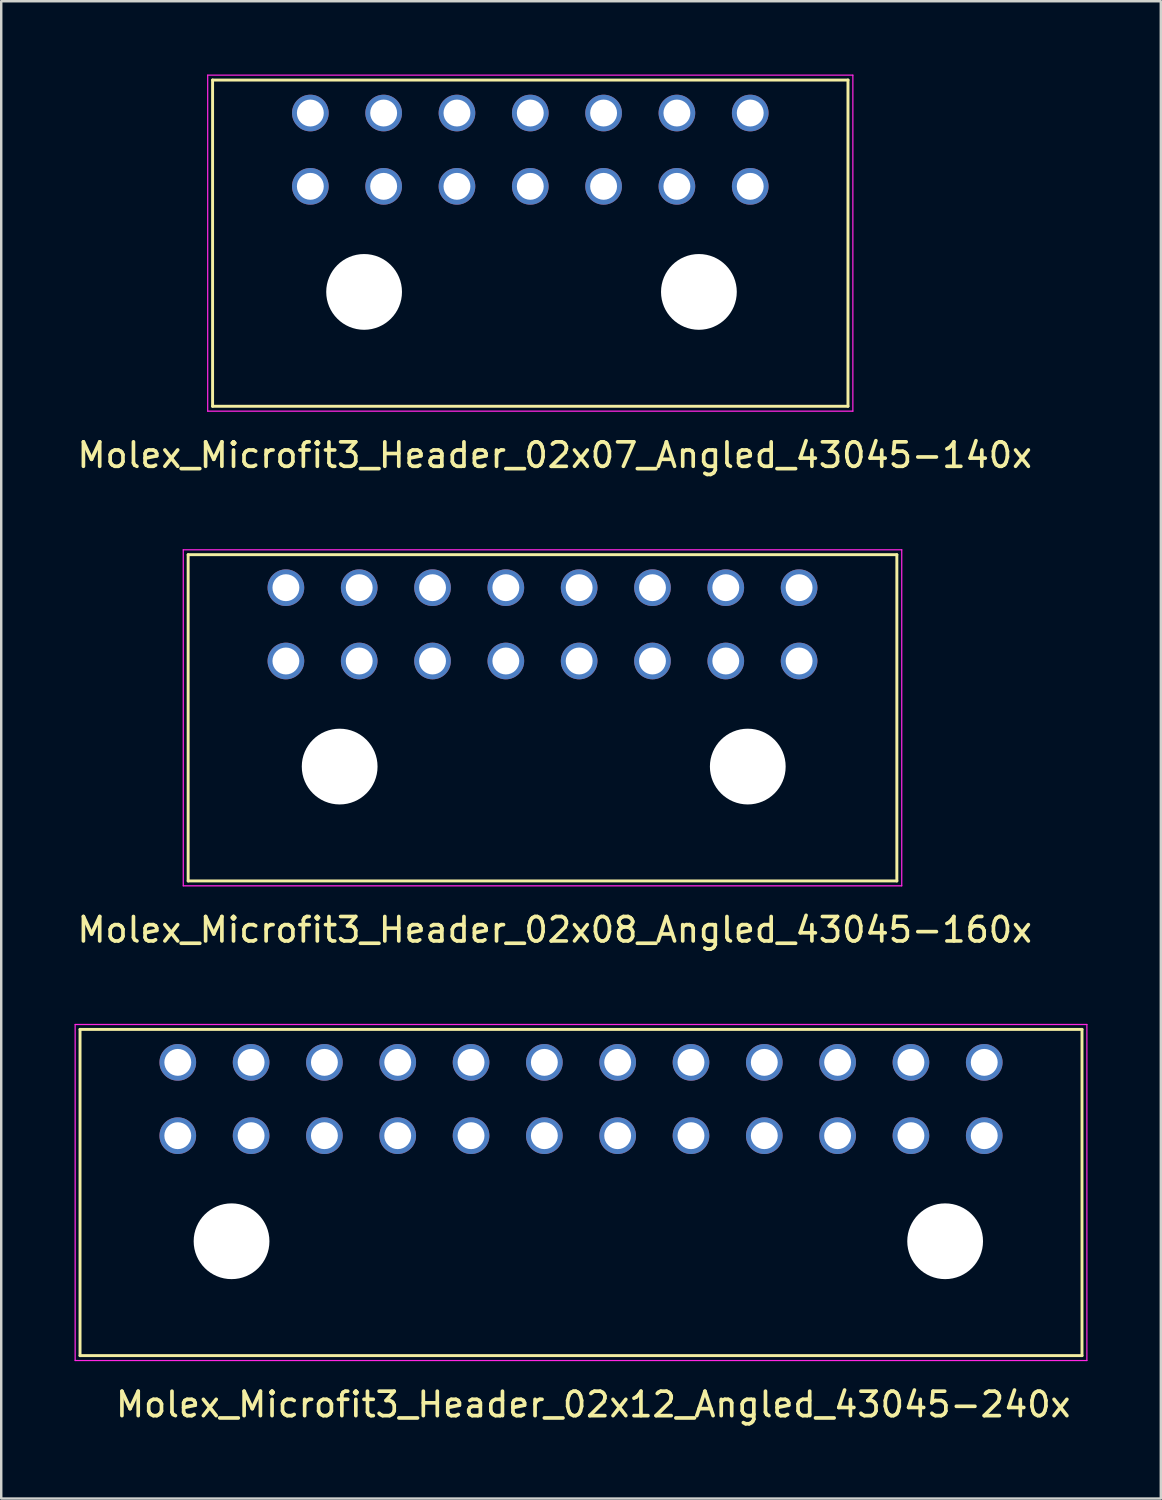
<source format=kicad_pcb>
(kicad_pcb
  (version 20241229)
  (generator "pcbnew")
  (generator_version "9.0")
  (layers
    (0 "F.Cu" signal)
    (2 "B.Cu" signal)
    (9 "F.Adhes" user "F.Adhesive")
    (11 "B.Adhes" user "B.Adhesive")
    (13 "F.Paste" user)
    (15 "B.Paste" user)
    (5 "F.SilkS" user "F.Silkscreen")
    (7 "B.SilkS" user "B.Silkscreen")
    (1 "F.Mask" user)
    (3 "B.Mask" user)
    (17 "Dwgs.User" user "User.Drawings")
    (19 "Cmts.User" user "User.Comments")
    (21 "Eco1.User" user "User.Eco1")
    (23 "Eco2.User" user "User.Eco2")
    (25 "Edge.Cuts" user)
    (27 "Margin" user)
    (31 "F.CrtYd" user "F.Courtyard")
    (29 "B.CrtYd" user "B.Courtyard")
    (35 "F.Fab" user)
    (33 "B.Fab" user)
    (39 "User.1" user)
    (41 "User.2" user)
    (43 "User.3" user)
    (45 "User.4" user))
  (footprint "Molex_Microfit3_Header_02x12_Angled_43045-240x"
    (layer "F.Cu")
    (at 37.225 43.422)
    (property "Reference" "Molex_Microfit3_Header_02x12_Angled_43045-240x" (at -16 11 0) (layer "F.SilkS") (effects (font (size 1 1) (thickness 0.15))))
    (attr through_hole)
    (fp_line (start -37 -4.35) (end 4 -4.35) (stroke (width 0.12) (type solid)) (layer "F.SilkS"))
    (fp_line (start -37 9) (end -37 -4.35) (stroke (width 0.12) (type solid)) (layer "F.SilkS"))
    (fp_line (start 4 -4.35) (end 4 9) (stroke (width 0.12) (type solid)) (layer "F.SilkS"))
    (fp_line (start 4 9) (end -37 9) (stroke (width 0.12) (type solid)) (layer "F.SilkS"))
    (fp_line (start -37.2 -4.55) (end -37.2 9.2) (stroke (width 0.05) (type solid)) (layer "F.CrtYd"))
    (fp_line (start -37.2 9.2) (end 4.2 9.2) (stroke (width 0.05) (type solid)) (layer "F.CrtYd"))
    (fp_line (start 4.2 -4.55) (end -37.2 -4.55) (stroke (width 0.05) (type solid)) (layer "F.CrtYd"))
    (fp_line (start 4.2 9.2) (end 4.2 -4.55) (stroke (width 0.05) (type solid)) (layer "F.CrtYd"))
    (pad "" np_thru_hole circle (at -30.8 4.32) (size 3.1 3.1) (drill 3.1) (layers "*.Cu" "*.Mask"))
    (pad "" np_thru_hole circle (at -1.6 4.32) (size 3.1 3.1) (drill 3.1) (layers "*.Cu" "*.Mask"))
    (pad "1" thru_hole circle (at 0 0) (size 1.5 1.5) (drill 1.1) (layers "*.Cu" "*.Mask"))
    (pad "2" thru_hole circle (at -3 0) (size 1.5 1.5) (drill 1.1) (layers "*.Cu" "*.Mask"))
    (pad "3" thru_hole circle (at -6 0) (size 1.5 1.5) (drill 1.1) (layers "*.Cu" "*.Mask"))
    (pad "4" thru_hole circle (at -9 0) (size 1.5 1.5) (drill 1.1) (layers "*.Cu" "*.Mask"))
    (pad "5" thru_hole circle (at -12 0) (size 1.5 1.5) (drill 1.1) (layers "*.Cu" "*.Mask"))
    (pad "6" thru_hole circle (at -15 0) (size 1.5 1.5) (drill 1.1) (layers "*.Cu" "*.Mask"))
    (pad "7" thru_hole circle (at -18 0) (size 1.5 1.5) (drill 1.1) (layers "*.Cu" "*.Mask"))
    (pad "8" thru_hole circle (at -21 0) (size 1.5 1.5) (drill 1.1) (layers "*.Cu" "*.Mask"))
    (pad "9" thru_hole circle (at -24 0) (size 1.5 1.5) (drill 1.1) (layers "*.Cu" "*.Mask"))
    (pad "10" thru_hole circle (at -27 0) (size 1.5 1.5) (drill 1.1) (layers "*.Cu" "*.Mask"))
    (pad "11" thru_hole circle (at -30 0) (size 1.5 1.5) (drill 1.1) (layers "*.Cu" "*.Mask"))
    (pad "12" thru_hole circle (at -33 0) (size 1.5 1.5) (drill 1.1) (layers "*.Cu" "*.Mask"))
    (pad "13" thru_hole circle (at 0 -3) (size 1.5 1.5) (drill 1.1) (layers "*.Cu" "*.Mask"))
    (pad "14" thru_hole circle (at -3 -3) (size 1.5 1.5) (drill 1.1) (layers "*.Cu" "*.Mask"))
    (pad "15" thru_hole circle (at -6 -3) (size 1.5 1.5) (drill 1.1) (layers "*.Cu" "*.Mask"))
    (pad "16" thru_hole circle (at -9 -3) (size 1.5 1.5) (drill 1.1) (layers "*.Cu" "*.Mask"))
    (pad "17" thru_hole circle (at -12 -3) (size 1.5 1.5) (drill 1.1) (layers "*.Cu" "*.Mask"))
    (pad "18" thru_hole circle (at -15 -3) (size 1.5 1.5) (drill 1.1) (layers "*.Cu" "*.Mask"))
    (pad "19" thru_hole circle (at -18 -3) (size 1.5 1.5) (drill 1.1) (layers "*.Cu" "*.Mask"))
    (pad "20" thru_hole circle (at -21 -3) (size 1.5 1.5) (drill 1.1) (layers "*.Cu" "*.Mask"))
    (pad "21" thru_hole circle (at -24 -3) (size 1.5 1.5) (drill 1.1) (layers "*.Cu" "*.Mask"))
    (pad "22" thru_hole circle (at -27 -3) (size 1.5 1.5) (drill 1.1) (layers "*.Cu" "*.Mask"))
    (pad "23" thru_hole circle (at -30 -3) (size 1.5 1.5) (drill 1.1) (layers "*.Cu" "*.Mask"))
    (pad "24" thru_hole circle (at -33 -3) (size 1.5 1.5) (drill 1.1) (layers "*.Cu" "*.Mask")))
  (footprint "Molex_Microfit3_Header_02x07_Angled_43045-140x"
    (layer "F.Cu")
    (at 27.649 4.575)
    (property "Reference" "Molex_Microfit3_Header_02x07_Angled_43045-140x" (at -8 11 0) (layer "F.SilkS") (effects (font (size 1 1) (thickness 0.15))))
    (attr through_hole)
    (fp_line (start -22 -4.35) (end 4 -4.35) (stroke (width 0.12) (type solid)) (layer "F.SilkS"))
    (fp_line (start -22 9) (end -22 -4.35) (stroke (width 0.12) (type solid)) (layer "F.SilkS"))
    (fp_line (start 4 -4.35) (end 4 9) (stroke (width 0.12) (type solid)) (layer "F.SilkS"))
    (fp_line (start 4 9) (end -22 9) (stroke (width 0.12) (type solid)) (layer "F.SilkS"))
    (fp_line (start -22.2 -4.55) (end -22.2 9.2) (stroke (width 0.05) (type solid)) (layer "F.CrtYd"))
    (fp_line (start -22.2 9.2) (end 4.2 9.2) (stroke (width 0.05) (type solid)) (layer "F.CrtYd"))
    (fp_line (start 4.2 -4.55) (end -22.2 -4.55) (stroke (width 0.05) (type solid)) (layer "F.CrtYd"))
    (fp_line (start 4.2 9.2) (end 4.2 -4.55) (stroke (width 0.05) (type solid)) (layer "F.CrtYd"))
    (pad "" np_thru_hole circle (at -15.8 4.32) (size 3.1 3.1) (drill 3.1) (layers "*.Cu" "*.Mask"))
    (pad "" np_thru_hole circle (at -2.1 4.32) (size 3.1 3.1) (drill 3.1) (layers "*.Cu" "*.Mask"))
    (pad "1" thru_hole circle (at 0 0) (size 1.5 1.5) (drill 1.1) (layers "*.Cu" "*.Mask"))
    (pad "2" thru_hole circle (at -3 0) (size 1.5 1.5) (drill 1.1) (layers "*.Cu" "*.Mask"))
    (pad "3" thru_hole circle (at -6 0) (size 1.5 1.5) (drill 1.1) (layers "*.Cu" "*.Mask"))
    (pad "4" thru_hole circle (at -9 0) (size 1.5 1.5) (drill 1.1) (layers "*.Cu" "*.Mask"))
    (pad "5" thru_hole circle (at -12 0) (size 1.5 1.5) (drill 1.1) (layers "*.Cu" "*.Mask"))
    (pad "6" thru_hole circle (at -15 0) (size 1.5 1.5) (drill 1.1) (layers "*.Cu" "*.Mask"))
    (pad "7" thru_hole circle (at -18 0) (size 1.5 1.5) (drill 1.1) (layers "*.Cu" "*.Mask"))
    (pad "8" thru_hole circle (at 0 -3) (size 1.5 1.5) (drill 1.1) (layers "*.Cu" "*.Mask"))
    (pad "9" thru_hole circle (at -3 -3) (size 1.5 1.5) (drill 1.1) (layers "*.Cu" "*.Mask"))
    (pad "10" thru_hole circle (at -6 -3) (size 1.5 1.5) (drill 1.1) (layers "*.Cu" "*.Mask"))
    (pad "11" thru_hole circle (at -9 -3) (size 1.5 1.5) (drill 1.1) (layers "*.Cu" "*.Mask"))
    (pad "12" thru_hole circle (at -12 -3) (size 1.5 1.5) (drill 1.1) (layers "*.Cu" "*.Mask"))
    (pad "13" thru_hole circle (at -15 -3) (size 1.5 1.5) (drill 1.1) (layers "*.Cu" "*.Mask"))
    (pad "14" thru_hole circle (at -18 -3) (size 1.5 1.5) (drill 1.1) (layers "*.Cu" "*.Mask")))
  (footprint "Molex_Microfit3_Header_02x08_Angled_43045-160x"
    (layer "F.Cu")
    (at 29.649 23.998)
    (property "Reference" "Molex_Microfit3_Header_02x08_Angled_43045-160x" (at -10 11 0) (layer "F.SilkS") (effects (font (size 1 1) (thickness 0.15))))
    (attr through_hole)
    (fp_line (start -25 -4.35) (end 4 -4.35) (stroke (width 0.12) (type solid)) (layer "F.SilkS"))
    (fp_line (start -25 9) (end -25 -4.35) (stroke (width 0.12) (type solid)) (layer "F.SilkS"))
    (fp_line (start 4 -4.35) (end 4 9) (stroke (width 0.12) (type solid)) (layer "F.SilkS"))
    (fp_line (start 4 9) (end -25 9) (stroke (width 0.12) (type solid)) (layer "F.SilkS"))
    (fp_line (start -25.2 -4.55) (end -25.2 9.2) (stroke (width 0.05) (type solid)) (layer "F.CrtYd"))
    (fp_line (start -25.2 9.2) (end 4.2 9.2) (stroke (width 0.05) (type solid)) (layer "F.CrtYd"))
    (fp_line (start 4.2 -4.55) (end -25.2 -4.55) (stroke (width 0.05) (type solid)) (layer "F.CrtYd"))
    (fp_line (start 4.2 9.2) (end 4.2 -4.55) (stroke (width 0.05) (type solid)) (layer "F.CrtYd"))
    (pad "" np_thru_hole circle (at -18.8 4.32) (size 3.1 3.1) (drill 3.1) (layers "*.Cu" "*.Mask"))
    (pad "" np_thru_hole circle (at -2.1 4.32) (size 3.1 3.1) (drill 3.1) (layers "*.Cu" "*.Mask"))
    (pad "1" thru_hole circle (at 0 0) (size 1.5 1.5) (drill 1.1) (layers "*.Cu" "*.Mask"))
    (pad "2" thru_hole circle (at -3 0) (size 1.5 1.5) (drill 1.1) (layers "*.Cu" "*.Mask"))
    (pad "3" thru_hole circle (at -6 0) (size 1.5 1.5) (drill 1.1) (layers "*.Cu" "*.Mask"))
    (pad "4" thru_hole circle (at -9 0) (size 1.5 1.5) (drill 1.1) (layers "*.Cu" "*.Mask"))
    (pad "5" thru_hole circle (at -12 0) (size 1.5 1.5) (drill 1.1) (layers "*.Cu" "*.Mask"))
    (pad "6" thru_hole circle (at -15 0) (size 1.5 1.5) (drill 1.1) (layers "*.Cu" "*.Mask"))
    (pad "7" thru_hole circle (at -18 0) (size 1.5 1.5) (drill 1.1) (layers "*.Cu" "*.Mask"))
    (pad "8" thru_hole circle (at -21 0) (size 1.5 1.5) (drill 1.1) (layers "*.Cu" "*.Mask"))
    (pad "9" thru_hole circle (at 0 -3) (size 1.5 1.5) (drill 1.1) (layers "*.Cu" "*.Mask"))
    (pad "10" thru_hole circle (at -3 -3) (size 1.5 1.5) (drill 1.1) (layers "*.Cu" "*.Mask"))
    (pad "11" thru_hole circle (at -6 -3) (size 1.5 1.5) (drill 1.1) (layers "*.Cu" "*.Mask"))
    (pad "12" thru_hole circle (at -9 -3) (size 1.5 1.5) (drill 1.1) (layers "*.Cu" "*.Mask"))
    (pad "13" thru_hole circle (at -12 -3) (size 1.5 1.5) (drill 1.1) (layers "*.Cu" "*.Mask"))
    (pad "14" thru_hole circle (at -15 -3) (size 1.5 1.5) (drill 1.1) (layers "*.Cu" "*.Mask"))
    (pad "15" thru_hole circle (at -18 -3) (size 1.5 1.5) (drill 1.1) (layers "*.Cu" "*.Mask"))
    (pad "16" thru_hole circle (at -21 -3) (size 1.5 1.5) (drill 1.1) (layers "*.Cu" "*.Mask")))
  (gr_rect
    (start -3 -3)
    (end 44.45 58.27)
    (stroke (width 0.1) (type default))
    (fill no)
    (layer "Edge.Cuts")))
</source>
